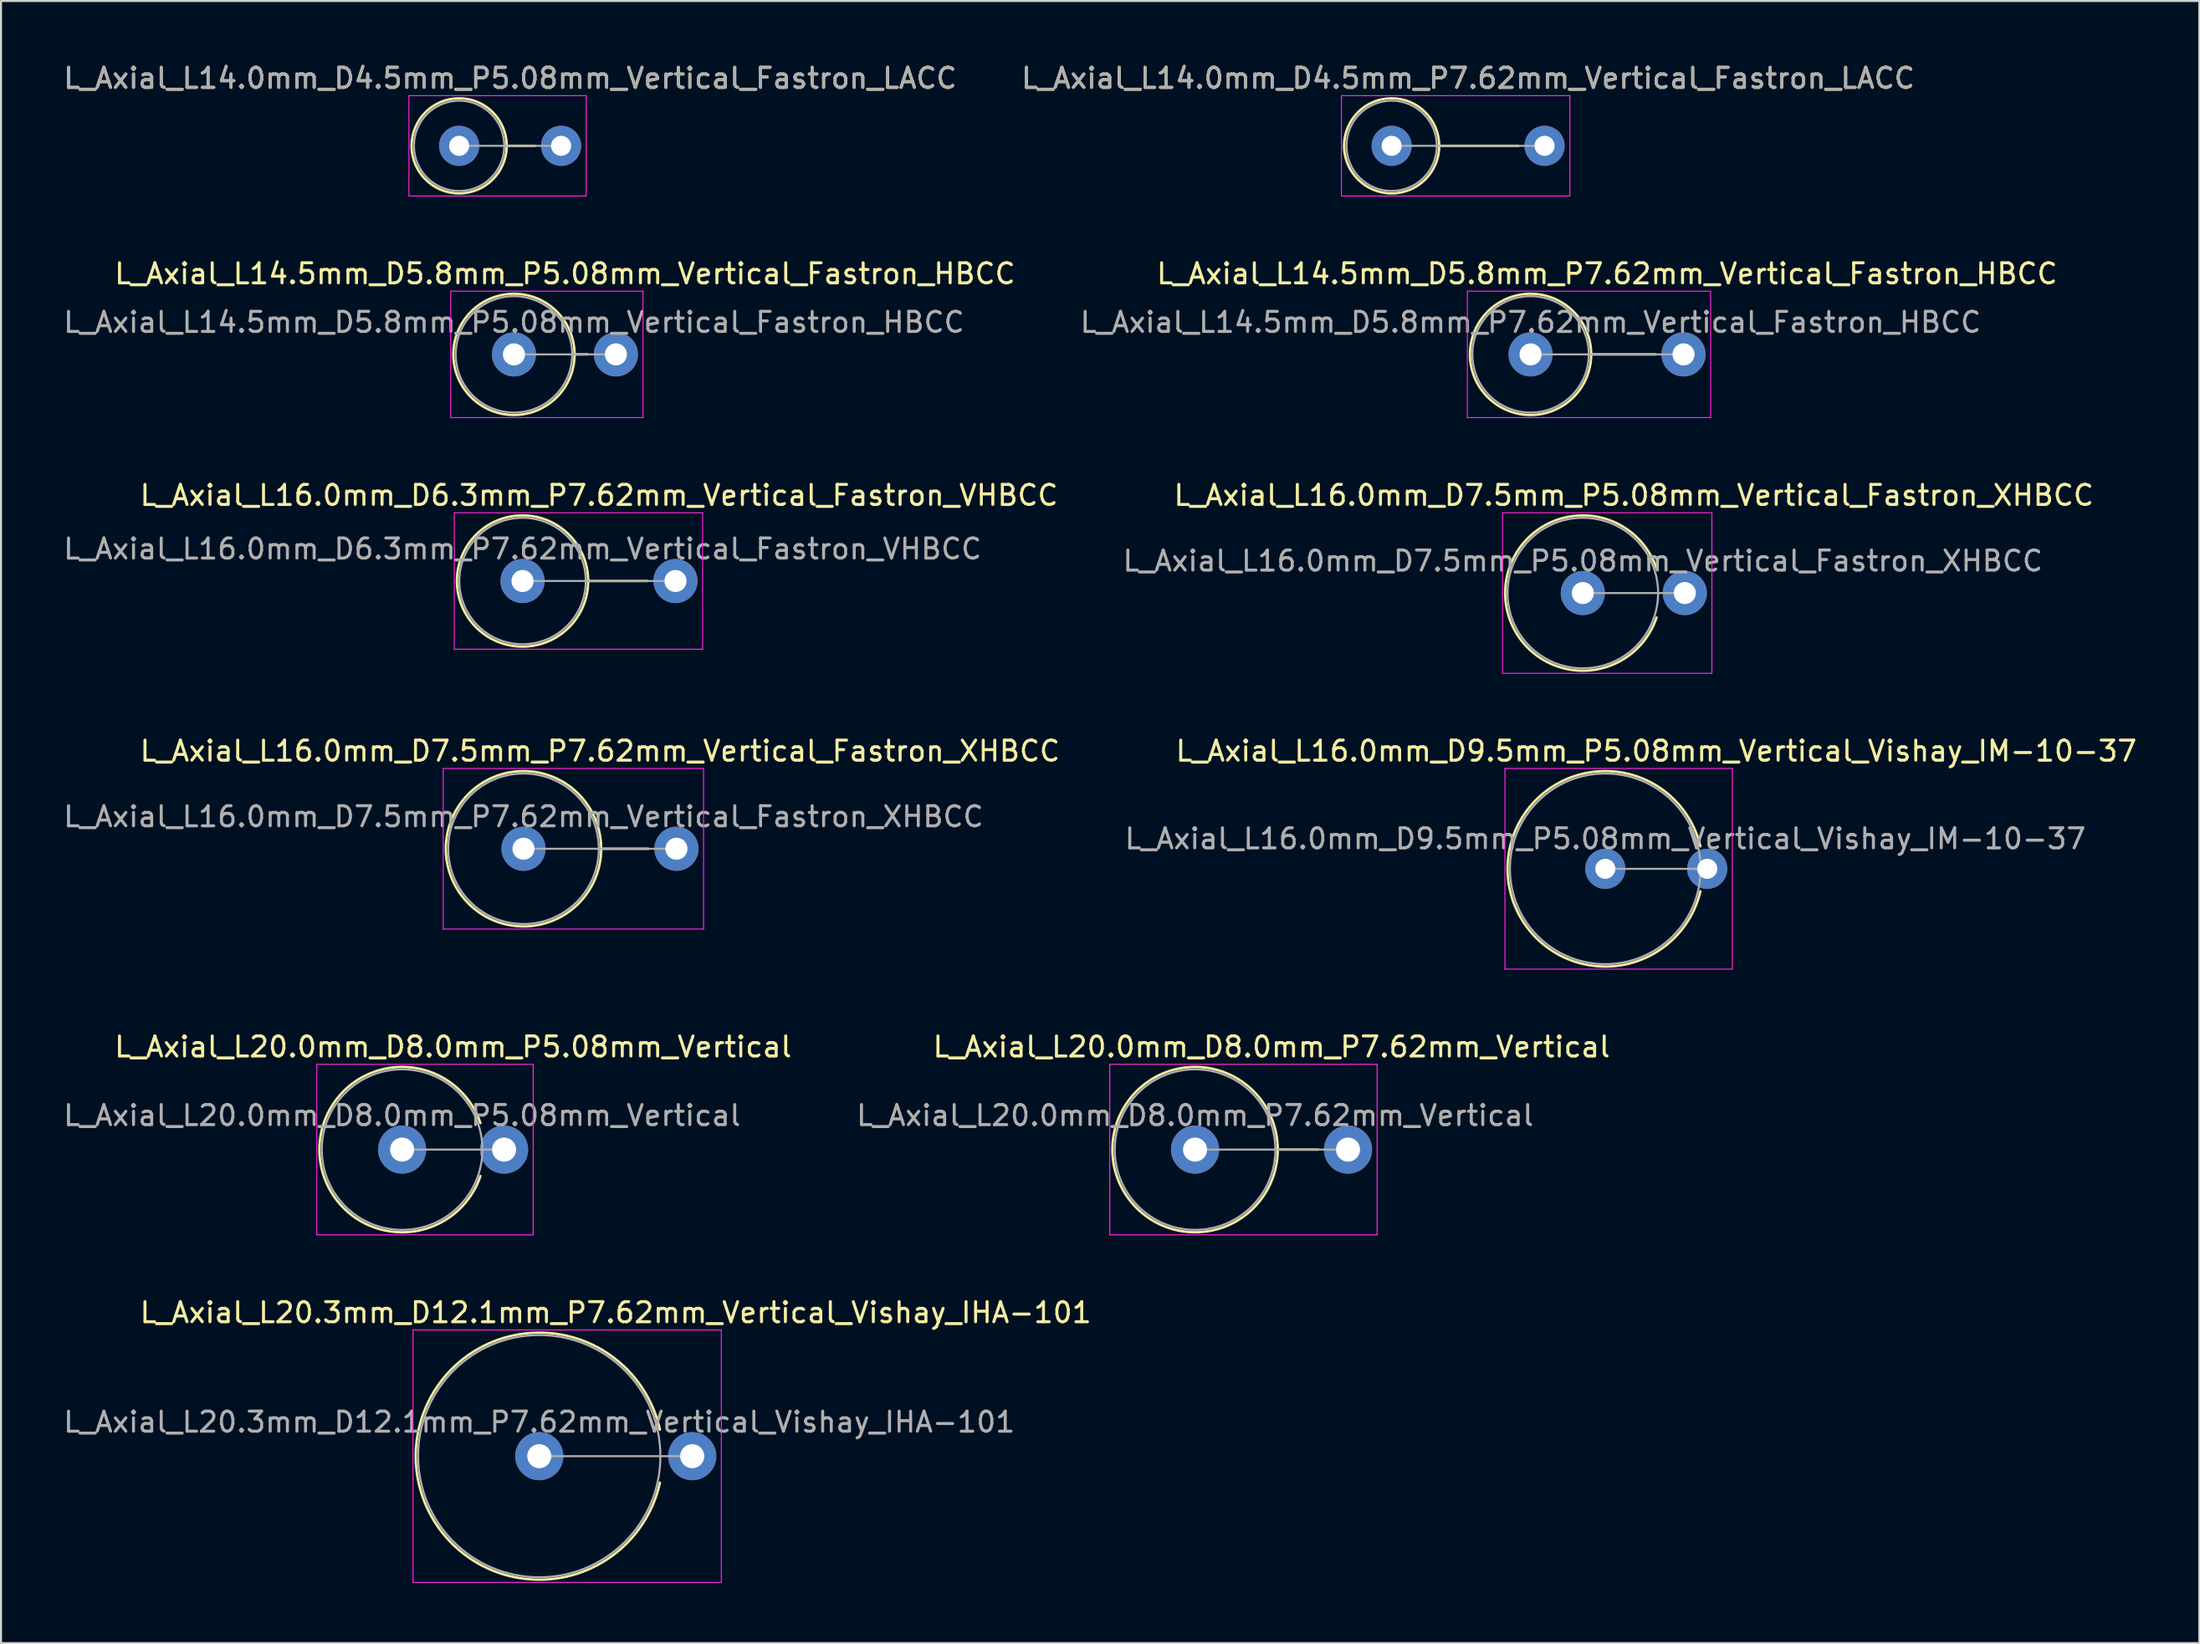
<source format=kicad_pcb>
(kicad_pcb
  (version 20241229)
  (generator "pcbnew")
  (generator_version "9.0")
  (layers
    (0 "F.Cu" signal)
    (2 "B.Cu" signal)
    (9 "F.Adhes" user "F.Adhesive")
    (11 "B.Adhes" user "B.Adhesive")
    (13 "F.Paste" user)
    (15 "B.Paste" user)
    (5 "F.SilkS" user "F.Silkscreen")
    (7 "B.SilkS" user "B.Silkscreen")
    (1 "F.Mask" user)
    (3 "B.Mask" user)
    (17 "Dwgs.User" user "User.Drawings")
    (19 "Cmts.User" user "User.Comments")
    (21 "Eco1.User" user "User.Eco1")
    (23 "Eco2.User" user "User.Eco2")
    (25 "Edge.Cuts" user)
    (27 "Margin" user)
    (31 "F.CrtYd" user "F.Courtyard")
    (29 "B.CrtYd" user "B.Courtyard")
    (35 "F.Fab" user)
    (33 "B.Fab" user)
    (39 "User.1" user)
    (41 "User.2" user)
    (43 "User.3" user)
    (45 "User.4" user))
  (footprint "L_Axial_L16.0mm_D9.5mm_P5.08mm_Vertical_Vishay_IM-10-37"
    (layer "F.Cu")
    (at 76.923 40.248)
    (property "Reference" "L_Axial_L16.0mm_D9.5mm_P5.08mm_Vertical_Vishay_IM-10-37" (at 2.54 -5.87 0) (layer "F.SilkS") (effects (font (size 1 1) (thickness 0.15))))
    (attr through_hole)
    (fp_arc (start 4.739462 1.12) (mid -4.87 0) (end 4.739462 -1.12) (stroke (width 0.12) (type solid)) (layer "F.SilkS"))
    (fp_line (start -5 -5) (end -5 5) (stroke (width 0.05) (type solid)) (layer "F.CrtYd"))
    (fp_line (start -5 5) (end 6.33 5) (stroke (width 0.05) (type solid)) (layer "F.CrtYd"))
    (fp_line (start 6.33 -5) (end -5 -5) (stroke (width 0.05) (type solid)) (layer "F.CrtYd"))
    (fp_line (start 6.33 5) (end 6.33 -5) (stroke (width 0.05) (type solid)) (layer "F.CrtYd"))
    (fp_line (start 0 0) (end 5.08 0) (stroke (width 0.1) (type solid)) (layer "F.Fab"))
    (fp_circle (center 0 0) (end 4.75 0) (stroke (width 0.1) (type solid)) (fill no) (layer "F.Fab"))
    (fp_text user "${REFERENCE}" (at 0 -1.5 0) (layer "F.Fab") (effects (font (size 1 1) (thickness 0.15))))
    (pad "1" thru_hole circle (at 0 0) (size 2 2) (drill 1) (layers "*.Cu" "*.Mask"))
    (pad "2" thru_hole oval (at 5.08 0) (size 2 2) (drill 1) (layers "*.Cu" "*.Mask")))
  (footprint "L_Axial_L16.0mm_D7.5mm_P7.62mm_Vertical_Fastron_XHBCC"
    (layer "F.Cu")
    (at 23.03 39.248)
    (property "Reference" "L_Axial_L16.0mm_D7.5mm_P7.62mm_Vertical_Fastron_XHBCC" (at 3.81 -4.87 0) (layer "F.SilkS") (effects (font (size 1 1) (thickness 0.15))))
    (attr through_hole)
    (fp_line (start 3.87 0) (end 6.22 0) (stroke (width 0.12) (type solid)) (layer "F.SilkS"))
    (fp_circle (center 0 0) (end 3.87 0) (stroke (width 0.12) (type solid)) (fill no) (layer "F.SilkS"))
    (fp_line (start -4 -4) (end -4 4) (stroke (width 0.05) (type solid)) (layer "F.CrtYd"))
    (fp_line (start -4 4) (end 8.97 4) (stroke (width 0.05) (type solid)) (layer "F.CrtYd"))
    (fp_line (start 8.97 -4) (end -4 -4) (stroke (width 0.05) (type solid)) (layer "F.CrtYd"))
    (fp_line (start 8.97 4) (end 8.97 -4) (stroke (width 0.05) (type solid)) (layer "F.CrtYd"))
    (fp_line (start 0 0) (end 7.62 0) (stroke (width 0.1) (type solid)) (layer "F.Fab"))
    (fp_circle (center 0 0) (end 3.75 0) (stroke (width 0.1) (type solid)) (fill no) (layer "F.Fab"))
    (fp_text user "${REFERENCE}" (at 0 -1.6 0) (layer "F.Fab") (effects (font (size 1 1) (thickness 0.15))))
    (pad "1" thru_hole circle (at 0 0) (size 2.2 2.2) (drill 1.1) (layers "*.Cu" "*.Mask"))
    (pad "2" thru_hole oval (at 7.62 0) (size 2.2 2.2) (drill 1.1) (layers "*.Cu" "*.Mask")))
  (footprint "L_Axial_L14.5mm_D5.8mm_P7.62mm_Vertical_Fastron_HBCC"
    (layer "F.Cu")
    (at 73.201 14.611)
    (property "Reference" "L_Axial_L14.5mm_D5.8mm_P7.62mm_Vertical_Fastron_HBCC" (at 3.81 -4.02 0) (layer "F.SilkS") (effects (font (size 1 1) (thickness 0.15))))
    (attr through_hole)
    (fp_line (start 3.02 0) (end 6.22 0) (stroke (width 0.12) (type solid)) (layer "F.SilkS"))
    (fp_circle (center 0 0) (end 3.02 0) (stroke (width 0.12) (type solid)) (fill no) (layer "F.SilkS"))
    (fp_line (start -3.15 -3.15) (end -3.15 3.15) (stroke (width 0.05) (type solid)) (layer "F.CrtYd"))
    (fp_line (start -3.15 3.15) (end 8.97 3.15) (stroke (width 0.05) (type solid)) (layer "F.CrtYd"))
    (fp_line (start 8.97 -3.15) (end -3.15 -3.15) (stroke (width 0.05) (type solid)) (layer "F.CrtYd"))
    (fp_line (start 8.97 3.15) (end 8.97 -3.15) (stroke (width 0.05) (type solid)) (layer "F.CrtYd"))
    (fp_line (start 0 0) (end 7.62 0) (stroke (width 0.1) (type solid)) (layer "F.Fab"))
    (fp_circle (center 0 0) (end 2.9 0) (stroke (width 0.1) (type solid)) (fill no) (layer "F.Fab"))
    (fp_text user "${REFERENCE}" (at 0 -1.6 0) (layer "F.Fab") (effects (font (size 1 1) (thickness 0.15))))
    (pad "1" thru_hole circle (at 0 0) (size 2.2 2.2) (drill 1.1) (layers "*.Cu" "*.Mask"))
    (pad "2" thru_hole oval (at 7.62 0) (size 2.2 2.2) (drill 1.1) (layers "*.Cu" "*.Mask")))
  (footprint "L_Axial_L20.3mm_D12.1mm_P7.62mm_Vertical_Vishay_IHA-101"
    (layer "F.Cu")
    (at 23.815 69.519)
    (property "Reference" "L_Axial_L20.3mm_D12.1mm_P7.62mm_Vertical_Vishay_IHA-101" (at 3.81 -7.155 0) (layer "F.SilkS") (effects (font (size 1 1) (thickness 0.15))))
    (attr through_hole)
    (fp_arc (start 6.01179 1.32) (mid -6.155 0) (end 6.01179 -1.32) (stroke (width 0.12) (type solid)) (layer "F.SilkS"))
    (fp_line (start -6.29 -6.29) (end -6.29 6.29) (stroke (width 0.05) (type solid)) (layer "F.CrtYd"))
    (fp_line (start -6.29 6.29) (end 9.07 6.29) (stroke (width 0.05) (type solid)) (layer "F.CrtYd"))
    (fp_line (start 9.07 -6.29) (end -6.29 -6.29) (stroke (width 0.05) (type solid)) (layer "F.CrtYd"))
    (fp_line (start 9.07 6.29) (end 9.07 -6.29) (stroke (width 0.05) (type solid)) (layer "F.CrtYd"))
    (fp_line (start 0 0) (end 7.62 0) (stroke (width 0.1) (type solid)) (layer "F.Fab"))
    (fp_circle (center 0 0) (end 6.035 0) (stroke (width 0.1) (type solid)) (fill no) (layer "F.Fab"))
    (fp_text user "${REFERENCE}" (at 0 -1.7 0) (layer "F.Fab") (effects (font (size 1 1) (thickness 0.15))))
    (pad "1" thru_hole circle (at 0 0) (size 2.4 2.4) (drill 1.2) (layers "*.Cu" "*.Mask"))
    (pad "2" thru_hole oval (at 7.62 0) (size 2.4 2.4) (drill 1.2) (layers "*.Cu" "*.Mask")))
  (footprint "L_Axial_L14.0mm_D4.5mm_P7.62mm_Vertical_Fastron_LACC"
    (layer "F.Cu")
    (at 66.279 4.218)
    (property "Reference" "L_Axial_L14.0mm_D4.5mm_P7.62mm_Vertical_Fastron_LACC" (at 3.81 -3.37 0) (layer "F.SilkS") (effects (font (size 1 1) (thickness 0.15))))
    (attr through_hole)
    (fp_line (start 2.37 0) (end 6.32 0) (stroke (width 0.12) (type solid)) (layer "F.SilkS"))
    (fp_circle (center 0 0) (end 2.37 0) (stroke (width 0.12) (type solid)) (fill no) (layer "F.SilkS"))
    (fp_line (start -2.5 -2.5) (end -2.5 2.5) (stroke (width 0.05) (type solid)) (layer "F.CrtYd"))
    (fp_line (start -2.5 2.5) (end 8.88 2.5) (stroke (width 0.05) (type solid)) (layer "F.CrtYd"))
    (fp_line (start 8.88 -2.5) (end -2.5 -2.5) (stroke (width 0.05) (type solid)) (layer "F.CrtYd"))
    (fp_line (start 8.88 2.5) (end 8.88 -2.5) (stroke (width 0.05) (type solid)) (layer "F.CrtYd"))
    (fp_line (start 0 0) (end 7.62 0) (stroke (width 0.1) (type solid)) (layer "F.Fab"))
    (fp_circle (center 0 0) (end 2.25 0) (stroke (width 0.1) (type solid)) (fill no) (layer "F.Fab"))
    (fp_text user "${REFERENCE}" (at 3.81 -3.37 0) (layer "F.Fab") (effects (font (size 1 1) (thickness 0.15))))
    (pad "1" thru_hole circle (at 0 0) (size 2 2) (drill 1) (layers "*.Cu" "*.Mask"))
    (pad "2" thru_hole oval (at 7.62 0) (size 2 2) (drill 1) (layers "*.Cu" "*.Mask")))
  (footprint "L_Axial_L16.0mm_D7.5mm_P5.08mm_Vertical_Fastron_XHBCC"
    (layer "F.Cu")
    (at 75.804 26.505)
    (property "Reference" "L_Axial_L16.0mm_D7.5mm_P5.08mm_Vertical_Fastron_XHBCC" (at 2.54 -4.87 0) (layer "F.SilkS") (effects (font (size 1 1) (thickness 0.15))))
    (attr through_hole)
    (fp_arc (start 3.672669 1.22) (mid -3.87 0) (end 3.672669 -1.22) (stroke (width 0.12) (type solid)) (layer "F.SilkS"))
    (fp_line (start -4 -4) (end -4 4) (stroke (width 0.05) (type solid)) (layer "F.CrtYd"))
    (fp_line (start -4 4) (end 6.43 4) (stroke (width 0.05) (type solid)) (layer "F.CrtYd"))
    (fp_line (start 6.43 -4) (end -4 -4) (stroke (width 0.05) (type solid)) (layer "F.CrtYd"))
    (fp_line (start 6.43 4) (end 6.43 -4) (stroke (width 0.05) (type solid)) (layer "F.CrtYd"))
    (fp_line (start 0 0) (end 5.08 0) (stroke (width 0.1) (type solid)) (layer "F.Fab"))
    (fp_circle (center 0 0) (end 3.75 0) (stroke (width 0.1) (type solid)) (fill no) (layer "F.Fab"))
    (fp_text user "${REFERENCE}" (at 0 -1.6 0) (layer "F.Fab") (effects (font (size 1 1) (thickness 0.15))))
    (pad "1" thru_hole circle (at 0 0) (size 2.2 2.2) (drill 1.1) (layers "*.Cu" "*.Mask"))
    (pad "2" thru_hole oval (at 5.08 0) (size 2.2 2.2) (drill 1.1) (layers "*.Cu" "*.Mask")))
  (footprint "L_Axial_L16.0mm_D6.3mm_P7.62mm_Vertical_Fastron_VHBCC"
    (layer "F.Cu")
    (at 22.982 25.905)
    (property "Reference" "L_Axial_L16.0mm_D6.3mm_P7.62mm_Vertical_Fastron_VHBCC" (at 3.81 -4.27 0) (layer "F.SilkS") (effects (font (size 1 1) (thickness 0.15))))
    (attr through_hole)
    (fp_line (start 3.27 0) (end 6.22 0) (stroke (width 0.12) (type solid)) (layer "F.SilkS"))
    (fp_circle (center 0 0) (end 3.27 0) (stroke (width 0.12) (type solid)) (fill no) (layer "F.SilkS"))
    (fp_line (start -3.4 -3.4) (end -3.4 3.4) (stroke (width 0.05) (type solid)) (layer "F.CrtYd"))
    (fp_line (start -3.4 3.4) (end 8.97 3.4) (stroke (width 0.05) (type solid)) (layer "F.CrtYd"))
    (fp_line (start 8.97 -3.4) (end -3.4 -3.4) (stroke (width 0.05) (type solid)) (layer "F.CrtYd"))
    (fp_line (start 8.97 3.4) (end 8.97 -3.4) (stroke (width 0.05) (type solid)) (layer "F.CrtYd"))
    (fp_line (start 0 0) (end 7.62 0) (stroke (width 0.1) (type solid)) (layer "F.Fab"))
    (fp_circle (center 0 0) (end 3.15 0) (stroke (width 0.1) (type solid)) (fill no) (layer "F.Fab"))
    (fp_text user "${REFERENCE}" (at 0 -1.6 0) (layer "F.Fab") (effects (font (size 1 1) (thickness 0.15))))
    (pad "1" thru_hole circle (at 0 0) (size 2.2 2.2) (drill 1.1) (layers "*.Cu" "*.Mask"))
    (pad "2" thru_hole oval (at 7.62 0) (size 2.2 2.2) (drill 1.1) (layers "*.Cu" "*.Mask")))
  (footprint "L_Axial_L20.0mm_D8.0mm_P5.08mm_Vertical"
    (layer "F.Cu")
    (at 16.982 54.241)
    (property "Reference" "L_Axial_L20.0mm_D8.0mm_P5.08mm_Vertical" (at 2.54 -5.12 0) (layer "F.SilkS") (effects (font (size 1 1) (thickness 0.15))))
    (attr through_hole)
    (fp_arc (start 3.902819 1.32) (mid -4.12 0) (end 3.902819 -1.32) (stroke (width 0.12) (type solid)) (layer "F.SilkS"))
    (fp_line (start -4.25 -4.25) (end -4.25 4.25) (stroke (width 0.05) (type solid)) (layer "F.CrtYd"))
    (fp_line (start -4.25 4.25) (end 6.53 4.25) (stroke (width 0.05) (type solid)) (layer "F.CrtYd"))
    (fp_line (start 6.53 -4.25) (end -4.25 -4.25) (stroke (width 0.05) (type solid)) (layer "F.CrtYd"))
    (fp_line (start 6.53 4.25) (end 6.53 -4.25) (stroke (width 0.05) (type solid)) (layer "F.CrtYd"))
    (fp_line (start 0 0) (end 5.08 0) (stroke (width 0.1) (type solid)) (layer "F.Fab"))
    (fp_circle (center 0 0) (end 4 0) (stroke (width 0.1) (type solid)) (fill no) (layer "F.Fab"))
    (fp_text user "${REFERENCE}" (at 0 -1.7 0) (layer "F.Fab") (effects (font (size 1 1) (thickness 0.15))))
    (pad "1" thru_hole circle (at 0 0) (size 2.4 2.4) (drill 1.2) (layers "*.Cu" "*.Mask"))
    (pad "2" thru_hole oval (at 5.08 0) (size 2.4 2.4) (drill 1.2) (layers "*.Cu" "*.Mask")))
  (footprint "L_Axial_L20.0mm_D8.0mm_P7.62mm_Vertical"
    (layer "F.Cu")
    (at 56.486 54.241)
    (property "Reference" "L_Axial_L20.0mm_D8.0mm_P7.62mm_Vertical" (at 3.81 -5.12 0) (layer "F.SilkS") (effects (font (size 1 1) (thickness 0.15))))
    (attr through_hole)
    (fp_line (start 4.12 0) (end 6.12 0) (stroke (width 0.12) (type solid)) (layer "F.SilkS"))
    (fp_circle (center 0 0) (end 4.12 0) (stroke (width 0.12) (type solid)) (fill no) (layer "F.SilkS"))
    (fp_line (start -4.25 -4.25) (end -4.25 4.25) (stroke (width 0.05) (type solid)) (layer "F.CrtYd"))
    (fp_line (start -4.25 4.25) (end 9.07 4.25) (stroke (width 0.05) (type solid)) (layer "F.CrtYd"))
    (fp_line (start 9.07 -4.25) (end -4.25 -4.25) (stroke (width 0.05) (type solid)) (layer "F.CrtYd"))
    (fp_line (start 9.07 4.25) (end 9.07 -4.25) (stroke (width 0.05) (type solid)) (layer "F.CrtYd"))
    (fp_line (start 0 0) (end 7.62 0) (stroke (width 0.1) (type solid)) (layer "F.Fab"))
    (fp_circle (center 0 0) (end 4 0) (stroke (width 0.1) (type solid)) (fill no) (layer "F.Fab"))
    (fp_text user "${REFERENCE}" (at 0 -1.7 0) (layer "F.Fab") (effects (font (size 1 1) (thickness 0.15))))
    (pad "1" thru_hole circle (at 0 0) (size 2.4 2.4) (drill 1.2) (layers "*.Cu" "*.Mask"))
    (pad "2" thru_hole oval (at 7.62 0) (size 2.4 2.4) (drill 1.2) (layers "*.Cu" "*.Mask")))
  (footprint "L_Axial_L14.5mm_D5.8mm_P5.08mm_Vertical_Fastron_HBCC"
    (layer "F.Cu")
    (at 22.554 14.611)
    (property "Reference" "L_Axial_L14.5mm_D5.8mm_P5.08mm_Vertical_Fastron_HBCC" (at 2.54 -4.02 0) (layer "F.SilkS") (effects (font (size 1 1) (thickness 0.15))))
    (attr through_hole)
    (fp_line (start 3.02 0) (end 3.68 0) (stroke (width 0.12) (type solid)) (layer "F.SilkS"))
    (fp_circle (center 0 0) (end 3.02 0) (stroke (width 0.12) (type solid)) (fill no) (layer "F.SilkS"))
    (fp_line (start -3.15 -3.15) (end -3.15 3.15) (stroke (width 0.05) (type solid)) (layer "F.CrtYd"))
    (fp_line (start -3.15 3.15) (end 6.43 3.15) (stroke (width 0.05) (type solid)) (layer "F.CrtYd"))
    (fp_line (start 6.43 -3.15) (end -3.15 -3.15) (stroke (width 0.05) (type solid)) (layer "F.CrtYd"))
    (fp_line (start 6.43 3.15) (end 6.43 -3.15) (stroke (width 0.05) (type solid)) (layer "F.CrtYd"))
    (fp_line (start 0 0) (end 5.08 0) (stroke (width 0.1) (type solid)) (layer "F.Fab"))
    (fp_circle (center 0 0) (end 2.9 0) (stroke (width 0.1) (type solid)) (fill no) (layer "F.Fab"))
    (fp_text user "${REFERENCE}" (at 0 -1.6 0) (layer "F.Fab") (effects (font (size 1 1) (thickness 0.15))))
    (pad "1" thru_hole circle (at 0 0) (size 2.2 2.2) (drill 1.1) (layers "*.Cu" "*.Mask"))
    (pad "2" thru_hole oval (at 5.08 0) (size 2.2 2.2) (drill 1.1) (layers "*.Cu" "*.Mask")))
  (footprint "L_Axial_L14.0mm_D4.5mm_P5.08mm_Vertical_Fastron_LACC"
    (layer "F.Cu")
    (at 19.823 4.218)
    (property "Reference" "L_Axial_L14.0mm_D4.5mm_P5.08mm_Vertical_Fastron_LACC" (at 2.54 -3.37 0) (layer "F.SilkS") (effects (font (size 1 1) (thickness 0.15))))
    (attr through_hole)
    (fp_line (start 2.37 0) (end 3.78 0) (stroke (width 0.12) (type solid)) (layer "F.SilkS"))
    (fp_circle (center 0 0) (end 2.37 0) (stroke (width 0.12) (type solid)) (fill no) (layer "F.SilkS"))
    (fp_line (start -2.5 -2.5) (end -2.5 2.5) (stroke (width 0.05) (type solid)) (layer "F.CrtYd"))
    (fp_line (start -2.5 2.5) (end 6.33 2.5) (stroke (width 0.05) (type solid)) (layer "F.CrtYd"))
    (fp_line (start 6.33 -2.5) (end -2.5 -2.5) (stroke (width 0.05) (type solid)) (layer "F.CrtYd"))
    (fp_line (start 6.33 2.5) (end 6.33 -2.5) (stroke (width 0.05) (type solid)) (layer "F.CrtYd"))
    (fp_line (start 0 0) (end 5.08 0) (stroke (width 0.1) (type solid)) (layer "F.Fab"))
    (fp_circle (center 0 0) (end 2.25 0) (stroke (width 0.1) (type solid)) (fill no) (layer "F.Fab"))
    (fp_text user "${REFERENCE}" (at 2.54 -3.37 0) (layer "F.Fab") (effects (font (size 1 1) (thickness 0.15))))
    (pad "1" thru_hole circle (at 0 0) (size 2 2) (drill 1) (layers "*.Cu" "*.Mask"))
    (pad "2" thru_hole oval (at 5.08 0) (size 2 2) (drill 1) (layers "*.Cu" "*.Mask")))
  (gr_rect
    (start -3 -3)
    (end 106.517 78.835)
    (stroke (width 0.1) (type default))
    (fill no)
    (layer "Edge.Cuts")))
</source>
